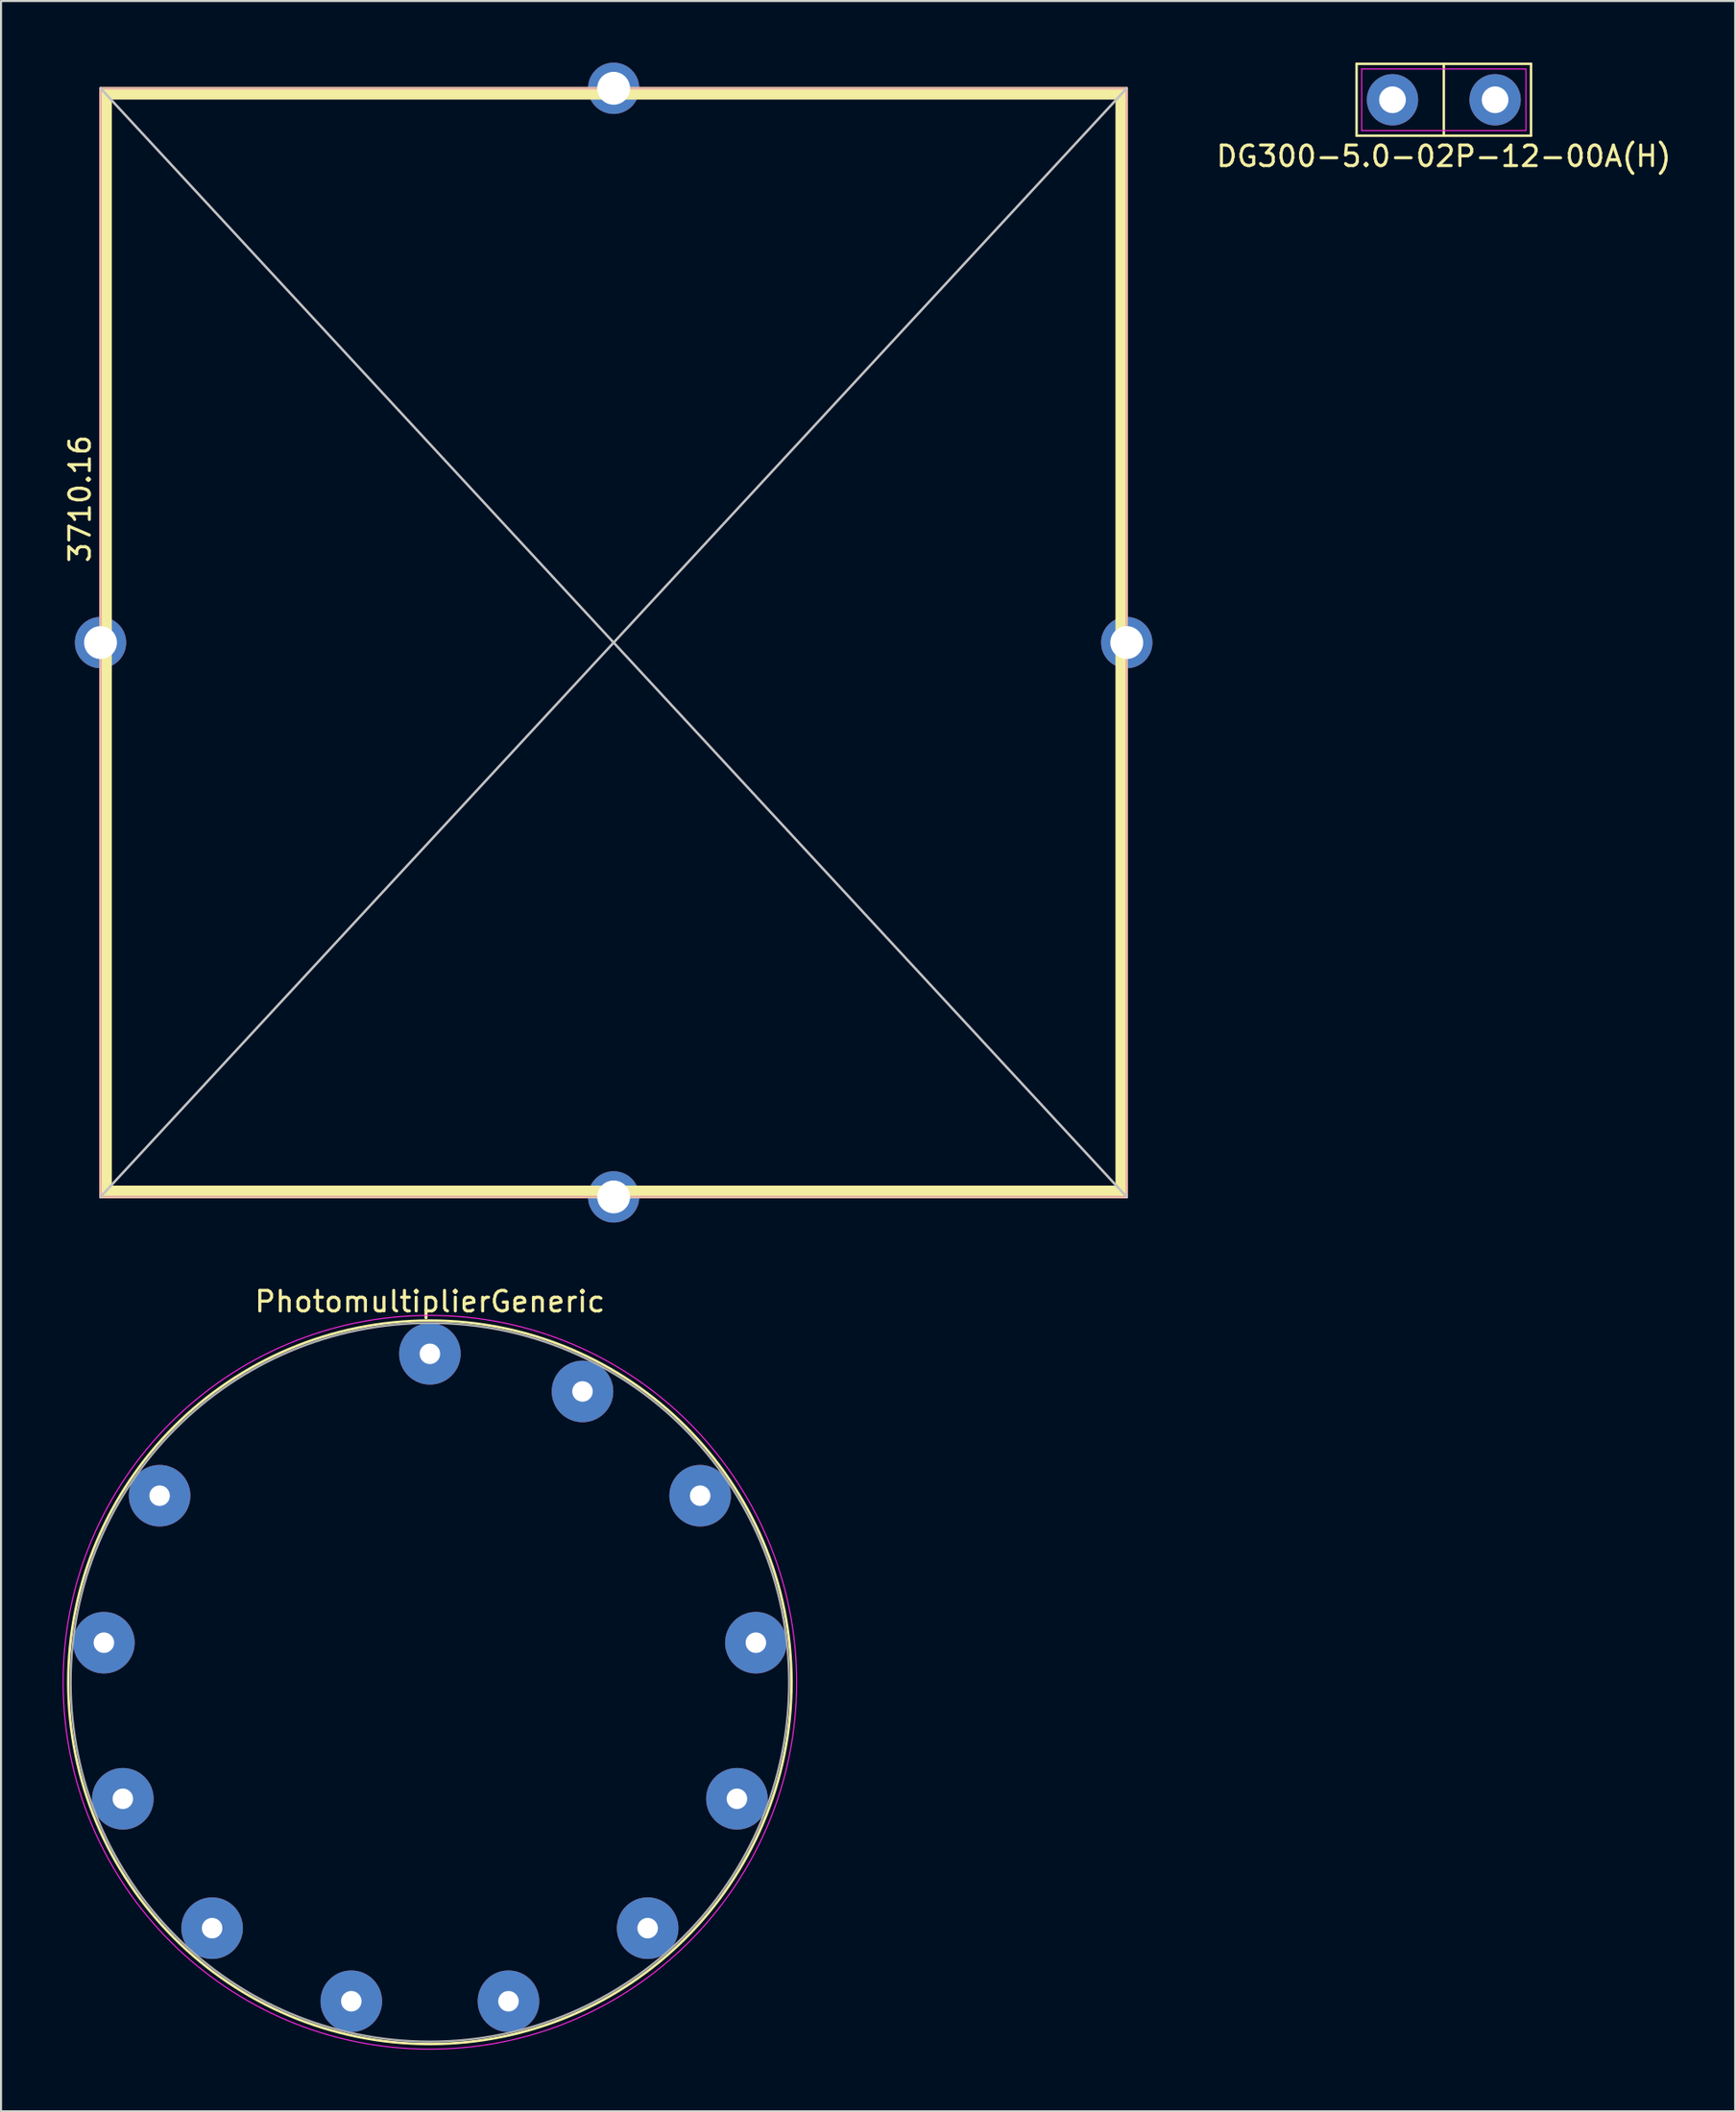
<source format=kicad_pcb>
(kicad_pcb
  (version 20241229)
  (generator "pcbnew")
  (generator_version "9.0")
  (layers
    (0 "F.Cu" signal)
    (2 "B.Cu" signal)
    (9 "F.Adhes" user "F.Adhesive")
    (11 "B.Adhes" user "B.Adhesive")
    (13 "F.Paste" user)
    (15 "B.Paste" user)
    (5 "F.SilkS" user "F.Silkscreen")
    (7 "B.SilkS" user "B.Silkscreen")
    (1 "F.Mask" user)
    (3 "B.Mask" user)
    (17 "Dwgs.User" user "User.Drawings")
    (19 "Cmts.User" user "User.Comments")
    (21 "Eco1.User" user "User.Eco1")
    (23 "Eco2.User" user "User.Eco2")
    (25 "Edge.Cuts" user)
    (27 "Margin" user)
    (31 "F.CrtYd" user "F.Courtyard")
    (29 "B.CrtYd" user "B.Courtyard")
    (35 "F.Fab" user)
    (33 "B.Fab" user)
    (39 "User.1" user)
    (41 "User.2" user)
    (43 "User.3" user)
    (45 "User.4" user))
  (footprint "PhotomultiplierGeneric"
    (layer "F.Cu")
    (at 17.895 78.893)
    (property "Reference" "PhotomultiplierGeneric" (at 0 -18.545 0) (layer "F.SilkS") (effects (font (size 1 1) (thickness 0.15))))
    (attr through_hole)
    (fp_circle (center 0 0) (end 0 17.62) (stroke (width 0.12) (type solid)) (fill no) (layer "F.SilkS"))
    (fp_circle (center 0 0) (end 0 17.87) (stroke (width 0.05) (type solid)) (fill no) (layer "F.CrtYd"))
    (fp_circle (center 0 0) (end 0 17.5) (stroke (width 0.1) (type solid)) (fill no) (layer "F.Fab"))
    (pad "1" thru_hole oval (at 0 -16) (size 3 3) (drill 1) (layers "*.Cu" "*.Mask"))
    (pad "2" thru_hole oval (at 7.436 -14.167) (size 3 3) (drill 1) (layers "*.Cu" "*.Mask"))
    (pad "3" thru_hole oval (at 13.168 -9.089) (size 3 3) (drill 1) (layers "*.Cu" "*.Mask"))
    (pad "4" thru_hole oval (at 15.883 -1.929) (size 3 3) (drill 1) (layers "*.Cu" "*.Mask"))
    (pad "5" thru_hole oval (at 14.96 5.674) (size 3 3) (drill 1) (layers "*.Cu" "*.Mask"))
    (pad "6" thru_hole oval (at 10.61 11.976) (size 3 3) (drill 1) (layers "*.Cu" "*.Mask"))
    (pad "7" thru_hole oval (at 3.829 15.535) (size 3 3) (drill 1) (layers "*.Cu" "*.Mask"))
    (pad "8" thru_hole oval (at -3.829 15.535) (size 3 3) (drill 1) (layers "*.Cu" "*.Mask"))
    (pad "9" thru_hole oval (at -10.61 11.976) (size 3 3) (drill 1) (layers "*.Cu" "*.Mask"))
    (pad "10" thru_hole oval (at -14.96 5.674) (size 3 3) (drill 1) (layers "*.Cu" "*.Mask"))
    (pad "11" thru_hole oval (at -15.883 -1.929) (size 3 3) (drill 1) (layers "*.Cu" "*.Mask"))
    (pad "12" thru_hole oval (at -13.168 -9.089) (size 3 3) (drill 1) (layers "*.Cu" "*.Mask")))
  (footprint "DG300-5.0-02P-12-00A(H)"
    (layer "F.Cu")
    (at 67.295 1.81)
    (property "Reference" "DG300-5.0-02P-12-00A(H)" (at 0 2.75 0) (layer "F.SilkS") (effects (font (size 1 1) (thickness 0.15))))
    (attr through_hole)
    (fp_line (start -4.25 -1.75) (end 4.25 -1.75) (stroke (width 0.12) (type solid)) (layer "F.SilkS"))
    (fp_line (start -4.25 1.75) (end -4.25 -1.75) (stroke (width 0.12) (type solid)) (layer "F.SilkS"))
    (fp_line (start 0 -1.75) (end 0 1.75) (stroke (width 0.12) (type solid)) (layer "F.SilkS"))
    (fp_line (start 4.25 -1.75) (end 4.25 1.75) (stroke (width 0.12) (type solid)) (layer "F.SilkS"))
    (fp_line (start 4.25 1.75) (end -4.25 1.75) (stroke (width 0.12) (type solid)) (layer "F.SilkS"))
    (fp_line (start -4 -1.5) (end 4 -1.5) (stroke (width 0.05) (type solid)) (layer "F.CrtYd"))
    (fp_line (start -4 1.5) (end -4 -1.5) (stroke (width 0.05) (type solid)) (layer "F.CrtYd"))
    (fp_line (start 4 -1.5) (end 4 1.5) (stroke (width 0.05) (type solid)) (layer "F.CrtYd"))
    (fp_line (start 4 1.5) (end -4 1.5) (stroke (width 0.05) (type solid)) (layer "F.CrtYd"))
    (pad "1" thru_hole circle (at -2.5 0) (size 2.5 2.5) (drill 1.3) (layers "*.Cu" "*.Mask"))
    (pad "2" thru_hole circle (at 2.5 0) (size 2.5 2.5) (drill 1.3) (layers "*.Cu" "*.Mask")))
  (footprint "3710.16"
    (layer "F.Cu")
    (at 26.848 28.25)
    (property "Reference" "3710.16" (at -26 -7 90) (layer "F.SilkS") (effects (font (size 1 1) (thickness 0.15))))
    (attr through_hole)
    (fp_line (start -25 -27) (end -25 27) (stroke (width 0.12) (type solid)) (layer "F.SilkS"))
    (fp_line (start -25 -27) (end 25 -27) (stroke (width 0.12) (type solid)) (layer "F.SilkS"))
    (fp_line (start 25 -27) (end 25 27) (stroke (width 0.12) (type solid)) (layer "F.SilkS"))
    (fp_line (start 25 27) (end -25 27) (stroke (width 0.12) (type solid)) (layer "F.SilkS"))
    (fp_poly (pts (xy -24.5 27) (xy -25 27) (xy -25 -27) (xy -24.5 -27)) (stroke (width 0.1) (type solid)) (fill yes) (layer "F.SilkS"))
    (fp_poly (pts (xy 25 -26.5) (xy -25 -26.5) (xy -25 -27) (xy 25 -27)) (stroke (width 0.1) (type solid)) (fill yes) (layer "F.SilkS"))
    (fp_poly (pts (xy 25 27) (xy -25 27) (xy -25 26.5) (xy 25 26.5)) (stroke (width 0.1) (type solid)) (fill yes) (layer "F.SilkS"))
    (fp_poly (pts (xy 25 27) (xy 24.5 27) (xy 24.5 -27) (xy 25 -27)) (stroke (width 0.1) (type solid)) (fill yes) (layer "F.SilkS"))
    (fp_line (start -25 -27) (end 25 -27) (stroke (width 0.12) (type solid)) (layer "B.SilkS"))
    (fp_line (start -25 -26) (end -25 -27) (stroke (width 0.12) (type solid)) (layer "B.SilkS"))
    (fp_line (start -25 27) (end -25 -26) (stroke (width 0.12) (type solid)) (layer "B.SilkS"))
    (fp_line (start 25 -27) (end 25 27) (stroke (width 0.12) (type solid)) (layer "B.SilkS"))
    (fp_line (start 25 27) (end -25 27) (stroke (width 0.12) (type solid)) (layer "B.SilkS"))
    (fp_line (start -25 -27) (end 25 27) (stroke (width 0.12) (type solid)) (layer "Dwgs.User"))
    (fp_line (start -25 27) (end 25 -27) (stroke (width 0.12) (type solid)) (layer "Dwgs.User"))
    (pad "1" thru_hole circle (at -25 0) (size 2.5 2.5) (drill 1.6) (layers "*.Cu" "*.Mask"))
    (pad "1" thru_hole circle (at 0 -27) (size 2.5 2.5) (drill 1.6) (layers "*.Cu" "*.Mask"))
    (pad "1" thru_hole circle (at 0 27) (size 2.5 2.5) (drill 1.6) (layers "*.Cu" "*.Mask"))
    (pad "1" thru_hole circle (at 25 0) (size 2.5 2.5) (drill 1.6) (layers "*.Cu" "*.Mask")))
  (gr_rect
    (start -3 -3)
    (end 81.491 99.788)
    (stroke (width 0.1) (type default))
    (fill no)
    (layer "Edge.Cuts")))
</source>
